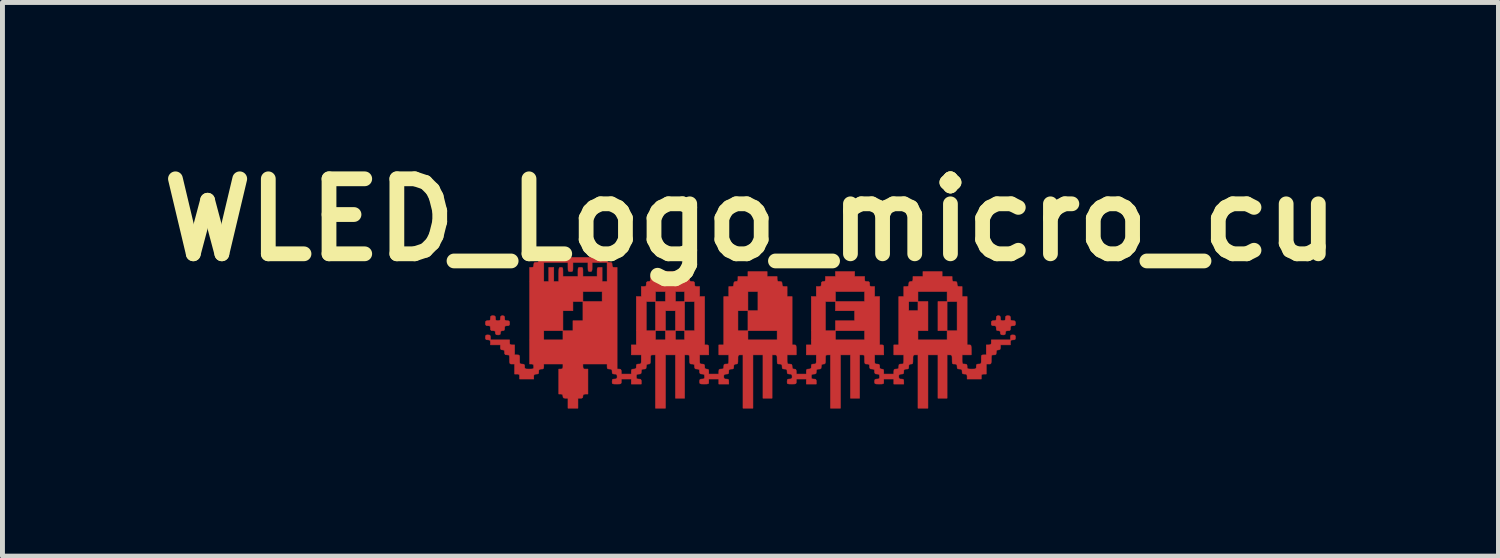
<source format=kicad_pcb>
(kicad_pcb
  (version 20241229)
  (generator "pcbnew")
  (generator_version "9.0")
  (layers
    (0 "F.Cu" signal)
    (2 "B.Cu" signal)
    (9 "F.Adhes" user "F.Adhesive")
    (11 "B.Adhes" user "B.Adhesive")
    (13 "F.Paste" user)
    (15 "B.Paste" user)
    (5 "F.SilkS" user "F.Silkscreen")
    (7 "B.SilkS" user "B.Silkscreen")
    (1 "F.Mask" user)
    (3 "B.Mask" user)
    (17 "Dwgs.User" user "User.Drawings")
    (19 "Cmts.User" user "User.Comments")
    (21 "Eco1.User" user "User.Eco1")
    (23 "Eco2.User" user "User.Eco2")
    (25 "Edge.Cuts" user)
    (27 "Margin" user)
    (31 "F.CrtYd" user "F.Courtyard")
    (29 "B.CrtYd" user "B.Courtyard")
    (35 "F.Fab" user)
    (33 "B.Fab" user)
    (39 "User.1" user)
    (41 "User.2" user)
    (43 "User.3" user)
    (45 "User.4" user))
  (footprint "WLED_Logo_micro_cu"
    (layer "F.Cu")
    (at 12.199 3.704)
    (property "Reference" "WLED_Logo_micro_cu" (at 0 -2.286 0) (layer "F.SilkS") (effects (font (size 1.524 1.524) (thickness 0.3))))
    (attr through_hole)
    (fp_poly (pts (xy 3.996 -0.034) (xy 3.81 -0.034) (xy 3.81 -0.627) (xy 3.996 -0.627) (xy 3.996 -0.034)) (stroke (width 0.01) (type solid)) (fill yes) (layer "F.Cu"))
    (fp_poly (pts (xy -5.007 -0.333) (xy -4.996 -0.31) (xy -4.995 -0.288) (xy -4.991 -0.252) (xy -4.971 -0.239) (xy -4.945 -0.237) (xy -4.909 -0.233) (xy -4.895 -0.213) (xy -4.894 -0.186) (xy -4.898 -0.15) (xy -4.918 -0.137) (xy -4.945 -0.135) (xy -4.981 -0.131) (xy -4.994 -0.111) (xy -4.995 -0.085) (xy -5 -0.048) (xy -5.019 -0.035) (xy -5.038 -0.034) (xy -5.07 -0.027) (xy -5.08 0.001) (xy -5.08 0.008) (xy -5.085 0.039) (xy -5.109 0.05) (xy -5.131 0.051) (xy -5.167 0.046) (xy -5.18 0.027) (xy -5.182 0.008) (xy -5.187 -0.022) (xy -5.21 -0.033) (xy -5.232 -0.034) (xy -5.268 -0.038) (xy -5.282 -0.058) (xy -5.283 -0.085) (xy -5.287 -0.121) (xy -5.307 -0.134) (xy -5.334 -0.135) (xy -5.37 -0.14) (xy -5.383 -0.159) (xy -5.385 -0.186) (xy -5.381 -0.222) (xy -5.361 -0.236) (xy -5.334 -0.237) (xy -5.298 -0.241) (xy -5.285 -0.261) (xy -5.283 -0.288) (xy -5.279 -0.324) (xy -5.259 -0.337) (xy -5.232 -0.339) (xy -5.196 -0.334) (xy -5.183 -0.315) (xy -5.182 -0.288) (xy -5.177 -0.252) (xy -5.158 -0.239) (xy -5.131 -0.237) (xy -5.095 -0.241) (xy -5.082 -0.261) (xy -5.08 -0.288) (xy -5.075 -0.324) (xy -5.056 -0.337) (xy -5.038 -0.339) (xy -5.007 -0.333)) (stroke (width 0.01) (type solid)) (fill yes) (layer "F.Cu"))
    (fp_poly (pts (xy 5.268 -0.334) (xy 5.282 -0.315) (xy 5.283 -0.288) (xy 5.287 -0.252) (xy 5.307 -0.239) (xy 5.334 -0.237) (xy 5.37 -0.233) (xy 5.383 -0.213) (xy 5.385 -0.186) (xy 5.381 -0.15) (xy 5.361 -0.137) (xy 5.334 -0.135) (xy 5.298 -0.131) (xy 5.285 -0.111) (xy 5.283 -0.085) (xy 5.279 -0.049) (xy 5.259 -0.035) (xy 5.232 -0.034) (xy 5.196 -0.029) (xy 5.183 -0.01) (xy 5.182 0.008) (xy 5.176 0.039) (xy 5.153 0.05) (xy 5.131 0.051) (xy 5.094 0.046) (xy 5.081 0.027) (xy 5.08 0.008) (xy 5.073 -0.024) (xy 5.045 -0.034) (xy 5.038 -0.034) (xy 5.007 -0.039) (xy 4.996 -0.063) (xy 4.995 -0.085) (xy 4.991 -0.121) (xy 4.971 -0.134) (xy 4.945 -0.135) (xy 4.909 -0.14) (xy 4.895 -0.159) (xy 4.894 -0.186) (xy 4.898 -0.222) (xy 4.918 -0.236) (xy 4.945 -0.237) (xy 4.981 -0.241) (xy 4.994 -0.261) (xy 4.995 -0.288) (xy 5 -0.324) (xy 5.019 -0.337) (xy 5.038 -0.339) (xy 5.068 -0.333) (xy 5.079 -0.31) (xy 5.08 -0.288) (xy 5.084 -0.252) (xy 5.104 -0.239) (xy 5.131 -0.237) (xy 5.167 -0.241) (xy 5.18 -0.261) (xy 5.182 -0.288) (xy 5.186 -0.324) (xy 5.206 -0.337) (xy 5.232 -0.339) (xy 5.268 -0.334)) (stroke (width 0.01) (type solid)) (fill yes) (layer "F.Cu"))
    (fp_poly (pts (xy -2.913 -1.473) (xy -2.908 -1.437) (xy -2.889 -1.424) (xy -2.862 -1.422) (xy -2.826 -1.418) (xy -2.812 -1.398) (xy -2.811 -1.372) (xy -2.807 -1.336) (xy -2.787 -1.322) (xy -2.76 -1.321) (xy -2.709 -1.321) (xy -2.709 0.745) (xy -2.667 0.745) (xy -2.637 0.751) (xy -2.626 0.774) (xy -2.625 0.796) (xy -2.625 0.847) (xy -2.421 0.847) (xy -2.421 0.796) (xy -2.417 0.76) (xy -2.397 0.747) (xy -2.371 0.745) (xy -2.335 0.741) (xy -2.321 0.721) (xy -2.32 0.694) (xy -2.316 0.658) (xy -2.296 0.645) (xy -2.269 0.643) (xy -2.24 0.642) (xy -2.225 0.632) (xy -2.219 0.604) (xy -2.218 0.552) (xy -2.218 0.457) (xy -2.421 0.457) (xy -2.421 0.254) (xy -2.32 0.254) (xy -2.32 -0.627) (xy -2.117 -0.627) (xy -2.117 -0.034) (xy -1.93 -0.034) (xy -1.93 0.152) (xy -1.727 0.152) (xy -1.727 -0.034) (xy -1.93 -0.034) (xy -1.93 -0.44) (xy -1.727 -0.44) (xy -1.727 -0.034) (xy -1.524 -0.034) (xy -1.524 0.152) (xy -1.338 0.152) (xy -1.338 -0.034) (xy -1.524 -0.034) (xy -1.524 -0.44) (xy -1.727 -0.44) (xy -1.93 -0.44) (xy -1.93 -0.627) (xy -2.117 -0.627) (xy -2.32 -0.627) (xy -2.32 -0.728) (xy -2.218 -0.728) (xy -2.218 -0.83) (xy -1.93 -0.83) (xy -1.93 -0.627) (xy -1.727 -0.627) (xy -1.727 -0.83) (xy -1.524 -0.83) (xy -1.524 -0.627) (xy -1.338 -0.627) (xy -1.338 -0.034) (xy -1.135 -0.034) (xy -1.135 -0.627) (xy -1.338 -0.627) (xy -1.338 -0.83) (xy -1.524 -0.83) (xy -1.727 -0.83) (xy -1.93 -0.83) (xy -2.218 -0.83) (xy -2.218 -0.931) (xy -2.167 -0.931) (xy -2.131 -0.936) (xy -2.118 -0.955) (xy -2.117 -0.982) (xy -2.112 -1.018) (xy -2.093 -1.032) (xy -2.074 -1.033) (xy -2.044 -1.038) (xy -2.033 -1.062) (xy -2.032 -1.084) (xy -2.032 -1.135) (xy -1.829 -1.135) (xy -1.829 -1.236) (xy -1.439 -1.236) (xy -1.439 -1.135) (xy -1.236 -1.135) (xy -1.236 -1.084) (xy -1.232 -1.048) (xy -1.212 -1.034) (xy -1.185 -1.033) (xy -1.149 -1.029) (xy -1.136 -1.009) (xy -1.135 -0.982) (xy -1.13 -0.946) (xy -1.111 -0.933) (xy -1.084 -0.931) (xy -1.033 -0.931) (xy -1.033 -0.728) (xy -0.931 -0.728) (xy -0.931 0.254) (xy -0.889 0.254) (xy -0.866 0.256) (xy -0.853 0.268) (xy -0.848 0.297) (xy -0.847 0.352) (xy -0.847 0.356) (xy -0.847 0.457) (xy -1.033 0.457) (xy -1.033 0.55) (xy -1.032 0.604) (xy -1.026 0.631) (xy -1.012 0.642) (xy -0.983 0.643) (xy -0.982 0.643) (xy -0.946 0.648) (xy -0.933 0.667) (xy -0.931 0.694) (xy -0.927 0.731) (xy -0.907 0.744) (xy -0.889 0.745) (xy -0.859 0.751) (xy -0.848 0.774) (xy -0.847 0.796) (xy -0.847 0.847) (xy -0.643 0.847) (xy -0.643 0.796) (xy -0.639 0.76) (xy -0.619 0.747) (xy -0.593 0.745) (xy -0.557 0.741) (xy -0.543 0.721) (xy -0.542 0.694) (xy -0.538 0.658) (xy -0.518 0.645) (xy -0.491 0.643) (xy -0.462 0.642) (xy -0.447 0.632) (xy -0.441 0.604) (xy -0.44 0.552) (xy -0.44 0.457) (xy -0.643 0.457) (xy -0.643 0.254) (xy -0.542 0.254) (xy -0.542 -0.44) (xy -0.254 -0.44) (xy -0.254 -0.034) (xy -0.051 -0.034) (xy -0.051 0.152) (xy 0.542 0.152) (xy 0.542 -0.034) (xy -0.051 -0.034) (xy -0.051 -0.44) (xy -0.254 -0.44) (xy -0.542 -0.44) (xy -0.542 -0.728) (xy -0.44 -0.728) (xy -0.44 -0.83) (xy -0.051 -0.83) (xy -0.051 -0.44) (xy 0.152 -0.44) (xy 0.152 -0.83) (xy -0.051 -0.83) (xy -0.44 -0.83) (xy -0.44 -0.931) (xy -0.389 -0.931) (xy -0.353 -0.936) (xy -0.34 -0.955) (xy -0.339 -0.982) (xy -0.334 -1.018) (xy -0.315 -1.032) (xy -0.296 -1.033) (xy -0.266 -1.038) (xy -0.255 -1.062) (xy -0.254 -1.084) (xy -0.254 -1.135) (xy -0.051 -1.135) (xy -0.051 -1.236) (xy 0.339 -1.236) (xy 0.339 -1.135) (xy 0.542 -1.135) (xy 0.542 -1.084) (xy 0.546 -1.048) (xy 0.566 -1.034) (xy 0.593 -1.033) (xy 0.629 -1.029) (xy 0.642 -1.009) (xy 0.643 -0.982) (xy 0.648 -0.946) (xy 0.667 -0.933) (xy 0.694 -0.931) (xy 0.745 -0.931) (xy 0.745 -0.728) (xy 0.847 -0.728) (xy 0.847 0.254) (xy 0.889 0.254) (xy 0.912 0.256) (xy 0.925 0.268) (xy 0.93 0.297) (xy 0.931 0.352) (xy 0.931 0.356) (xy 0.931 0.457) (xy 0.745 0.457) (xy 0.745 0.55) (xy 0.746 0.604) (xy 0.752 0.631) (xy 0.766 0.642) (xy 0.795 0.643) (xy 0.796 0.643) (xy 0.832 0.648) (xy 0.845 0.667) (xy 0.847 0.694) (xy 0.851 0.731) (xy 0.871 0.744) (xy 0.889 0.745) (xy 0.919 0.751) (xy 0.93 0.774) (xy 0.931 0.796) (xy 0.931 0.847) (xy 1.135 0.847) (xy 1.135 0.796) (xy 1.139 0.76) (xy 1.159 0.747) (xy 1.185 0.745) (xy 1.221 0.741) (xy 1.235 0.721) (xy 1.236 0.694) (xy 1.24 0.658) (xy 1.26 0.645) (xy 1.287 0.643) (xy 1.316 0.642) (xy 1.331 0.632) (xy 1.337 0.604) (xy 1.338 0.552) (xy 1.338 0.457) (xy 1.135 0.457) (xy 1.135 0.254) (xy 1.236 0.254) (xy 1.236 -0.627) (xy 1.524 -0.627) (xy 1.524 -0.034) (xy 1.727 -0.034) (xy 1.727 0.152) (xy 2.32 0.152) (xy 2.32 -0.034) (xy 1.727 -0.034) (xy 1.727 -0.237) (xy 2.117 -0.237) (xy 2.117 -0.44) (xy 1.727 -0.44) (xy 1.727 -0.627) (xy 1.524 -0.627) (xy 1.236 -0.627) (xy 1.236 -0.728) (xy 1.338 -0.728) (xy 1.338 -0.83) (xy 1.727 -0.83) (xy 1.727 -0.627) (xy 2.32 -0.627) (xy 2.32 -0.83) (xy 1.727 -0.83) (xy 1.338 -0.83) (xy 1.338 -0.931) (xy 1.389 -0.931) (xy 1.425 -0.936) (xy 1.438 -0.955) (xy 1.439 -0.982) (xy 1.444 -1.018) (xy 1.463 -1.032) (xy 1.482 -1.033) (xy 1.512 -1.038) (xy 1.523 -1.062) (xy 1.524 -1.084) (xy 1.524 -1.135) (xy 1.727 -1.135) (xy 1.727 -1.236) (xy 2.117 -1.236) (xy 2.117 -1.135) (xy 2.32 -1.135) (xy 2.32 -1.084) (xy 2.324 -1.048) (xy 2.344 -1.034) (xy 2.371 -1.033) (xy 2.407 -1.029) (xy 2.42 -1.009) (xy 2.421 -0.982) (xy 2.426 -0.946) (xy 2.445 -0.933) (xy 2.472 -0.931) (xy 2.523 -0.931) (xy 2.523 -0.728) (xy 2.625 -0.728) (xy 2.625 0.254) (xy 2.667 0.254) (xy 2.69 0.256) (xy 2.703 0.268) (xy 2.708 0.297) (xy 2.709 0.352) (xy 2.709 0.356) (xy 2.709 0.457) (xy 2.523 0.457) (xy 2.523 0.55) (xy 2.524 0.604) (xy 2.53 0.631) (xy 2.544 0.642) (xy 2.573 0.643) (xy 2.574 0.643) (xy 2.61 0.648) (xy 2.623 0.667) (xy 2.625 0.694) (xy 2.629 0.731) (xy 2.649 0.744) (xy 2.667 0.745) (xy 2.697 0.751) (xy 2.708 0.774) (xy 2.709 0.796) (xy 2.709 0.847) (xy 2.913 0.847) (xy 2.913 0.796) (xy 2.917 0.76) (xy 2.937 0.747) (xy 2.963 0.745) (xy 2.999 0.741) (xy 3.013 0.721) (xy 3.014 0.694) (xy 3.018 0.658) (xy 3.038 0.645) (xy 3.065 0.643) (xy 3.094 0.642) (xy 3.109 0.632) (xy 3.115 0.604) (xy 3.116 0.552) (xy 3.116 0.457) (xy 2.913 0.457) (xy 2.913 0.254) (xy 3.014 0.254) (xy 3.014 -0.034) (xy 3.404 -0.034) (xy 3.404 0.152) (xy 3.996 0.152) (xy 3.996 -0.034) (xy 4.199 -0.034) (xy 4.199 -0.627) (xy 3.996 -0.627) (xy 3.996 -0.83) (xy 3.404 -0.83) (xy 3.404 -0.627) (xy 3.607 -0.627) (xy 3.607 -0.034) (xy 3.404 -0.034) (xy 3.014 -0.034) (xy 3.014 -0.627) (xy 3.217 -0.627) (xy 3.217 -0.44) (xy 3.404 -0.44) (xy 3.404 -0.627) (xy 3.217 -0.627) (xy 3.014 -0.627) (xy 3.014 -0.728) (xy 3.116 -0.728) (xy 3.116 -0.931) (xy 3.167 -0.931) (xy 3.203 -0.936) (xy 3.216 -0.955) (xy 3.217 -0.982) (xy 3.222 -1.018) (xy 3.241 -1.032) (xy 3.26 -1.033) (xy 3.29 -1.038) (xy 3.301 -1.062) (xy 3.302 -1.084) (xy 3.302 -1.135) (xy 3.505 -1.135) (xy 3.505 -1.236) (xy 3.895 -1.236) (xy 3.895 -1.135) (xy 4.098 -1.135) (xy 4.098 -1.084) (xy 4.102 -1.048) (xy 4.122 -1.034) (xy 4.149 -1.033) (xy 4.185 -1.029) (xy 4.198 -1.009) (xy 4.199 -0.982) (xy 4.204 -0.946) (xy 4.223 -0.933) (xy 4.25 -0.931) (xy 4.301 -0.931) (xy 4.301 -0.728) (xy 4.403 -0.728) (xy 4.403 0.254) (xy 4.445 0.254) (xy 4.468 0.256) (xy 4.481 0.268) (xy 4.486 0.297) (xy 4.487 0.352) (xy 4.487 0.356) (xy 4.487 0.457) (xy 4.301 0.457) (xy 4.301 0.55) (xy 4.302 0.604) (xy 4.308 0.631) (xy 4.322 0.642) (xy 4.351 0.643) (xy 4.352 0.643) (xy 4.388 0.648) (xy 4.401 0.667) (xy 4.403 0.694) (xy 4.404 0.723) (xy 4.414 0.738) (xy 4.442 0.744) (xy 4.494 0.745) (xy 4.496 0.745) (xy 4.549 0.744) (xy 4.577 0.739) (xy 4.587 0.724) (xy 4.589 0.695) (xy 4.589 0.694) (xy 4.593 0.658) (xy 4.613 0.645) (xy 4.64 0.643) (xy 4.669 0.642) (xy 4.684 0.632) (xy 4.69 0.604) (xy 4.691 0.552) (xy 4.691 0.55) (xy 4.691 0.497) (xy 4.697 0.469) (xy 4.712 0.459) (xy 4.741 0.457) (xy 4.741 0.457) (xy 4.792 0.457) (xy 4.792 0.254) (xy 4.843 0.254) (xy 4.879 0.25) (xy 4.892 0.23) (xy 4.894 0.203) (xy 4.894 0.152) (xy 5.283 0.152) (xy 5.283 0.102) (xy 5.287 0.066) (xy 5.307 0.052) (xy 5.334 0.051) (xy 5.37 0.055) (xy 5.383 0.075) (xy 5.385 0.102) (xy 5.381 0.138) (xy 5.361 0.151) (xy 5.334 0.152) (xy 5.298 0.157) (xy 5.285 0.176) (xy 5.283 0.203) (xy 5.283 0.254) (xy 5.08 0.254) (xy 5.08 0.305) (xy 5.075 0.341) (xy 5.056 0.354) (xy 5.038 0.356) (xy 5.007 0.361) (xy 4.996 0.384) (xy 4.995 0.406) (xy 4.991 0.442) (xy 4.971 0.456) (xy 4.945 0.457) (xy 4.915 0.459) (xy 4.9 0.469) (xy 4.895 0.496) (xy 4.894 0.549) (xy 4.894 0.55) (xy 4.893 0.604) (xy 4.887 0.631) (xy 4.872 0.642) (xy 4.844 0.643) (xy 4.792 0.643) (xy 4.792 0.847) (xy 4.741 0.847) (xy 4.705 0.851) (xy 4.692 0.871) (xy 4.691 0.897) (xy 4.691 0.948) (xy 4.403 0.948) (xy 4.403 0.897) (xy 4.398 0.861) (xy 4.379 0.848) (xy 4.352 0.847) (xy 4.316 0.842) (xy 4.303 0.823) (xy 4.301 0.796) (xy 4.297 0.76) (xy 4.277 0.747) (xy 4.25 0.745) (xy 4.214 0.741) (xy 4.201 0.721) (xy 4.199 0.694) (xy 4.195 0.658) (xy 4.175 0.645) (xy 4.149 0.643) (xy 4.12 0.642) (xy 4.105 0.632) (xy 4.099 0.604) (xy 4.098 0.552) (xy 4.098 0.55) (xy 4.097 0.497) (xy 4.091 0.469) (xy 4.077 0.459) (xy 4.048 0.457) (xy 4.047 0.457) (xy 3.996 0.457) (xy 3.996 1.338) (xy 3.81 1.338) (xy 3.81 0.457) (xy 3.607 0.457) (xy 3.607 1.541) (xy 3.404 1.541) (xy 3.404 0.457) (xy 3.353 0.457) (xy 3.324 0.459) (xy 3.309 0.469) (xy 3.303 0.496) (xy 3.302 0.549) (xy 3.302 0.55) (xy 3.301 0.604) (xy 3.295 0.631) (xy 3.281 0.642) (xy 3.26 0.643) (xy 3.229 0.649) (xy 3.218 0.672) (xy 3.217 0.694) (xy 3.213 0.73) (xy 3.193 0.744) (xy 3.167 0.745) (xy 3.131 0.749) (xy 3.117 0.769) (xy 3.116 0.796) (xy 3.112 0.832) (xy 3.092 0.845) (xy 3.065 0.847) (xy 3.029 0.851) (xy 3.016 0.871) (xy 3.014 0.897) (xy 3.018 0.933) (xy 3.038 0.947) (xy 3.065 0.948) (xy 3.101 0.952) (xy 3.114 0.972) (xy 3.116 0.999) (xy 3.116 1.05) (xy 2.913 1.05) (xy 2.913 0.948) (xy 2.709 0.948) (xy 2.709 0.999) (xy 2.708 1.028) (xy 2.698 1.043) (xy 2.67 1.049) (xy 2.618 1.05) (xy 2.616 1.05) (xy 2.563 1.049) (xy 2.535 1.043) (xy 2.525 1.029) (xy 2.523 1) (xy 2.523 0.999) (xy 2.527 0.963) (xy 2.547 0.95) (xy 2.574 0.948) (xy 2.61 0.944) (xy 2.623 0.924) (xy 2.625 0.897) (xy 2.62 0.861) (xy 2.601 0.848) (xy 2.574 0.847) (xy 2.538 0.842) (xy 2.525 0.823) (xy 2.523 0.796) (xy 2.519 0.76) (xy 2.499 0.747) (xy 2.472 0.745) (xy 2.436 0.741) (xy 2.423 0.721) (xy 2.421 0.694) (xy 2.417 0.658) (xy 2.397 0.645) (xy 2.371 0.643) (xy 2.342 0.642) (xy 2.327 0.632) (xy 2.321 0.604) (xy 2.32 0.552) (xy 2.32 0.55) (xy 2.319 0.497) (xy 2.313 0.469) (xy 2.299 0.459) (xy 2.27 0.457) (xy 2.269 0.457) (xy 2.218 0.457) (xy 2.218 1.338) (xy 2.032 1.338) (xy 2.032 0.457) (xy 1.829 0.457) (xy 1.829 1.541) (xy 1.626 1.541) (xy 1.626 0.457) (xy 1.575 0.457) (xy 1.546 0.459) (xy 1.531 0.469) (xy 1.525 0.496) (xy 1.524 0.549) (xy 1.524 0.55) (xy 1.523 0.604) (xy 1.517 0.631) (xy 1.503 0.642) (xy 1.482 0.643) (xy 1.451 0.649) (xy 1.44 0.672) (xy 1.439 0.694) (xy 1.435 0.73) (xy 1.415 0.744) (xy 1.389 0.745) (xy 1.353 0.749) (xy 1.339 0.769) (xy 1.338 0.796) (xy 1.334 0.832) (xy 1.314 0.845) (xy 1.287 0.847) (xy 1.251 0.851) (xy 1.238 0.871) (xy 1.236 0.897) (xy 1.24 0.933) (xy 1.26 0.947) (xy 1.287 0.948) (xy 1.323 0.952) (xy 1.336 0.972) (xy 1.338 0.999) (xy 1.338 1.05) (xy 1.135 1.05) (xy 1.135 0.948) (xy 0.931 0.948) (xy 0.931 0.999) (xy 0.93 1.028) (xy 0.92 1.043) (xy 0.892 1.049) (xy 0.84 1.05) (xy 0.838 1.05) (xy 0.785 1.049) (xy 0.757 1.043) (xy 0.747 1.029) (xy 0.745 1) (xy 0.745 0.999) (xy 0.749 0.963) (xy 0.769 0.95) (xy 0.796 0.948) (xy 0.832 0.944) (xy 0.845 0.924) (xy 0.847 0.897) (xy 0.842 0.861) (xy 0.823 0.848) (xy 0.796 0.847) (xy 0.76 0.842) (xy 0.747 0.823) (xy 0.745 0.796) (xy 0.741 0.76) (xy 0.721 0.747) (xy 0.694 0.745) (xy 0.658 0.741) (xy 0.645 0.721) (xy 0.643 0.694) (xy 0.639 0.658) (xy 0.619 0.645) (xy 0.593 0.643) (xy 0.564 0.642) (xy 0.549 0.632) (xy 0.543 0.604) (xy 0.542 0.552) (xy 0.542 0.55) (xy 0.541 0.497) (xy 0.535 0.469) (xy 0.521 0.459) (xy 0.492 0.457) (xy 0.491 0.457) (xy 0.44 0.457) (xy 0.44 1.338) (xy 0.254 1.338) (xy 0.254 0.457) (xy 0.051 0.457) (xy 0.051 1.541) (xy -0.152 1.541) (xy -0.152 0.457) (xy -0.203 0.457) (xy -0.232 0.459) (xy -0.247 0.469) (xy -0.253 0.496) (xy -0.254 0.549) (xy -0.254 0.55) (xy -0.255 0.604) (xy -0.261 0.631) (xy -0.275 0.642) (xy -0.296 0.643) (xy -0.327 0.649) (xy -0.338 0.672) (xy -0.339 0.694) (xy -0.343 0.73) (xy -0.363 0.744) (xy -0.389 0.745) (xy -0.425 0.749) (xy -0.439 0.769) (xy -0.44 0.796) (xy -0.444 0.832) (xy -0.464 0.845) (xy -0.491 0.847) (xy -0.527 0.851) (xy -0.54 0.871) (xy -0.542 0.897) (xy -0.538 0.933) (xy -0.518 0.947) (xy -0.491 0.948) (xy -0.455 0.952) (xy -0.442 0.972) (xy -0.44 0.999) (xy -0.44 1.05) (xy -0.643 1.05) (xy -0.643 0.948) (xy -0.847 0.948) (xy -0.847 0.999) (xy -0.848 1.028) (xy -0.858 1.043) (xy -0.886 1.049) (xy -0.938 1.05) (xy -0.94 1.05) (xy -0.993 1.049) (xy -1.021 1.043) (xy -1.031 1.029) (xy -1.033 1) (xy -1.033 0.999) (xy -1.029 0.963) (xy -1.009 0.95) (xy -0.982 0.948) (xy -0.946 0.944) (xy -0.933 0.924) (xy -0.931 0.897) (xy -0.936 0.861) (xy -0.955 0.848) (xy -0.982 0.847) (xy -1.018 0.842) (xy -1.031 0.823) (xy -1.033 0.796) (xy -1.037 0.76) (xy -1.057 0.747) (xy -1.084 0.745) (xy -1.12 0.741) (xy -1.133 0.721) (xy -1.135 0.694) (xy -1.139 0.658) (xy -1.159 0.645) (xy -1.185 0.643) (xy -1.214 0.642) (xy -1.229 0.632) (xy -1.235 0.604) (xy -1.236 0.552) (xy -1.236 0.55) (xy -1.237 0.497) (xy -1.243 0.469) (xy -1.257 0.459) (xy -1.286 0.457) (xy -1.287 0.457) (xy -1.338 0.457) (xy -1.338 1.338) (xy -1.524 1.338) (xy -1.524 0.457) (xy -1.727 0.457) (xy -1.727 1.541) (xy -1.93 1.541) (xy -1.93 0.457) (xy -1.981 0.457) (xy -2.01 0.459) (xy -2.025 0.469) (xy -2.031 0.496) (xy -2.032 0.549) (xy -2.032 0.55) (xy -2.033 0.604) (xy -2.039 0.631) (xy -2.053 0.642) (xy -2.074 0.643) (xy -2.105 0.649) (xy -2.116 0.672) (xy -2.117 0.694) (xy -2.121 0.73) (xy -2.141 0.744) (xy -2.167 0.745) (xy -2.203 0.749) (xy -2.217 0.769) (xy -2.218 0.796) (xy -2.222 0.832) (xy -2.242 0.845) (xy -2.269 0.847) (xy -2.305 0.851) (xy -2.318 0.871) (xy -2.32 0.897) (xy -2.316 0.933) (xy -2.296 0.947) (xy -2.269 0.948) (xy -2.233 0.952) (xy -2.22 0.972) (xy -2.218 0.999) (xy -2.218 1.05) (xy -2.421 1.05) (xy -2.421 0.948) (xy -2.625 0.948) (xy -2.625 0.999) (xy -2.626 1.028) (xy -2.636 1.043) (xy -2.664 1.049) (xy -2.716 1.05) (xy -2.718 1.05) (xy -2.771 1.049) (xy -2.799 1.043) (xy -2.809 1.029) (xy -2.811 1) (xy -2.811 0.999) (xy -2.807 0.963) (xy -2.787 0.95) (xy -2.76 0.948) (xy -2.724 0.944) (xy -2.711 0.924) (xy -2.709 0.897) (xy -2.714 0.861) (xy -2.733 0.848) (xy -2.76 0.847) (xy -2.796 0.842) (xy -2.809 0.823) (xy -2.811 0.796) (xy -2.815 0.76) (xy -2.835 0.747) (xy -2.862 0.745) (xy -2.898 0.741) (xy -2.911 0.721) (xy -2.913 0.694) (xy -2.913 0.643) (xy -3.404 0.643) (xy -3.404 0.694) (xy -3.399 0.73) (xy -3.38 0.744) (xy -3.353 0.745) (xy -3.302 0.745) (xy -3.302 1.253) (xy -3.353 1.253) (xy -3.389 1.258) (xy -3.402 1.277) (xy -3.404 1.295) (xy -3.409 1.326) (xy -3.432 1.337) (xy -3.454 1.338) (xy -3.505 1.338) (xy -3.505 1.541) (xy -3.708 1.541) (xy -3.708 1.338) (xy -3.759 1.338) (xy -3.796 1.333) (xy -3.809 1.314) (xy -3.81 1.295) (xy -3.817 1.263) (xy -3.845 1.253) (xy -3.852 1.253) (xy -3.895 1.253) (xy -3.895 0.745) (xy -3.852 0.745) (xy -3.822 0.74) (xy -3.811 0.716) (xy -3.81 0.694) (xy -3.81 0.643) (xy -4.199 0.643) (xy -4.199 0.694) (xy -4.204 0.73) (xy -4.223 0.744) (xy -4.25 0.745) (xy -4.286 0.749) (xy -4.3 0.769) (xy -4.301 0.796) (xy -4.305 0.832) (xy -4.325 0.845) (xy -4.352 0.847) (xy -4.388 0.851) (xy -4.401 0.871) (xy -4.403 0.897) (xy -4.403 0.948) (xy -4.691 0.948) (xy -4.691 0.897) (xy -4.695 0.861) (xy -4.715 0.848) (xy -4.741 0.847) (xy -4.792 0.847) (xy -4.792 0.643) (xy -4.843 0.643) (xy -4.872 0.642) (xy -4.887 0.632) (xy -4.893 0.604) (xy -4.894 0.552) (xy -4.894 0.55) (xy -4.895 0.497) (xy -4.9 0.469) (xy -4.915 0.459) (xy -4.944 0.457) (xy -4.945 0.457) (xy -4.981 0.453) (xy -4.994 0.433) (xy -4.995 0.406) (xy -5 0.37) (xy -5.019 0.357) (xy -5.038 0.356) (xy -5.068 0.35) (xy -5.079 0.327) (xy -5.08 0.305) (xy -5.08 0.254) (xy -5.283 0.254) (xy -5.283 0.203) (xy -5.287 0.167) (xy -5.307 0.154) (xy -5.334 0.152) (xy -5.37 0.148) (xy -5.383 0.128) (xy -5.385 0.102) (xy -5.381 0.066) (xy -5.361 0.052) (xy -5.334 0.051) (xy -5.298 0.055) (xy -5.285 0.075) (xy -5.283 0.102) (xy -5.283 0.152) (xy -4.894 0.152) (xy -4.894 0.203) (xy -4.89 0.239) (xy -4.87 0.252) (xy -4.843 0.254) (xy -4.792 0.254) (xy -4.792 0.457) (xy -4.741 0.457) (xy -4.712 0.459) (xy -4.697 0.469) (xy -4.691 0.496) (xy -4.691 0.549) (xy -4.691 0.55) (xy -4.69 0.604) (xy -4.684 0.631) (xy -4.669 0.642) (xy -4.641 0.643) (xy -4.64 0.643) (xy -4.604 0.648) (xy -4.59 0.667) (xy -4.589 0.694) (xy -4.587 0.723) (xy -4.577 0.738) (xy -4.55 0.744) (xy -4.497 0.745) (xy -4.496 0.745) (xy -4.443 0.744) (xy -4.415 0.739) (xy -4.404 0.724) (xy -4.403 0.695) (xy -4.403 0.694) (xy -4.407 0.658) (xy -4.427 0.645) (xy -4.445 0.643) (xy -4.487 0.643) (xy -4.487 -0.034) (xy -4.199 -0.034) (xy -4.199 0.152) (xy -3.81 0.152) (xy -3.81 -0.034) (xy -4.199 -0.034) (xy -4.487 -0.034) (xy -4.487 -0.44) (xy -3.81 -0.44) (xy -3.81 -0.034) (xy -3.607 -0.034) (xy -3.607 -0.237) (xy -3.404 -0.237) (xy -3.404 -0.627) (xy -3.607 -0.627) (xy -3.607 -0.44) (xy -3.81 -0.44) (xy -4.487 -0.44) (xy -4.487 -0.83) (xy -3.404 -0.83) (xy -3.404 -0.627) (xy -3.014 -0.627) (xy -3.014 -0.83) (xy -3.404 -0.83) (xy -4.487 -0.83) (xy -4.487 -1.321) (xy -4.445 -1.321) (xy -4.415 -1.326) (xy -4.404 -1.35) (xy -4.403 -1.372) (xy -4.398 -1.408) (xy -4.379 -1.421) (xy -4.352 -1.422) (xy -4.199 -1.422) (xy -4.199 -1.033) (xy -4.098 -1.033) (xy -4.098 -1.321) (xy -3.996 -1.321) (xy -3.996 -1.033) (xy -3.895 -1.033) (xy -3.895 -1.177) (xy -3.894 -1.247) (xy -3.892 -1.289) (xy -3.885 -1.311) (xy -3.873 -1.32) (xy -3.852 -1.321) (xy -3.828 -1.318) (xy -3.815 -1.306) (xy -3.811 -1.274) (xy -3.81 -1.228) (xy -3.81 -1.135) (xy -3.505 -1.135) (xy -3.505 -1.228) (xy -3.504 -1.281) (xy -3.499 -1.309) (xy -3.484 -1.319) (xy -3.455 -1.321) (xy -3.454 -1.321) (xy -3.425 -1.319) (xy -3.41 -1.309) (xy -3.405 -1.282) (xy -3.404 -1.229) (xy -3.404 -1.135) (xy -3.116 -1.135) (xy -3.116 -1.228) (xy -3.115 -1.281) (xy -3.109 -1.309) (xy -3.094 -1.319) (xy -3.066 -1.321) (xy -3.065 -1.321) (xy -3.014 -1.321) (xy -3.014 -1.033) (xy -2.913 -1.033) (xy -2.913 -1.422) (xy -3.217 -1.422) (xy -3.217 -1.329) (xy -3.218 -1.276) (xy -3.224 -1.248) (xy -3.239 -1.238) (xy -3.26 -1.236) (xy -3.284 -1.239) (xy -3.297 -1.251) (xy -3.301 -1.283) (xy -3.302 -1.329) (xy -3.302 -1.422) (xy -3.607 -1.422) (xy -3.607 -1.329) (xy -3.608 -1.276) (xy -3.613 -1.248) (xy -3.628 -1.238) (xy -3.657 -1.236) (xy -3.658 -1.236) (xy -3.687 -1.238) (xy -3.702 -1.248) (xy -3.707 -1.275) (xy -3.708 -1.328) (xy -3.708 -1.329) (xy -3.708 -1.422) (xy -4.199 -1.422) (xy -4.352 -1.422) (xy -4.316 -1.427) (xy -4.303 -1.446) (xy -4.301 -1.473) (xy -4.301 -1.524) (xy -2.913 -1.524) (xy -2.913 -1.473)) (stroke (width 0.01) (type solid)) (fill yes) (layer "F.Cu")))
  (gr_rect
    (start -3 -3)
    (end 27.399 8.25)
    (stroke (width 0.1) (type default))
    (fill no)
    (layer "Edge.Cuts")))
</source>
